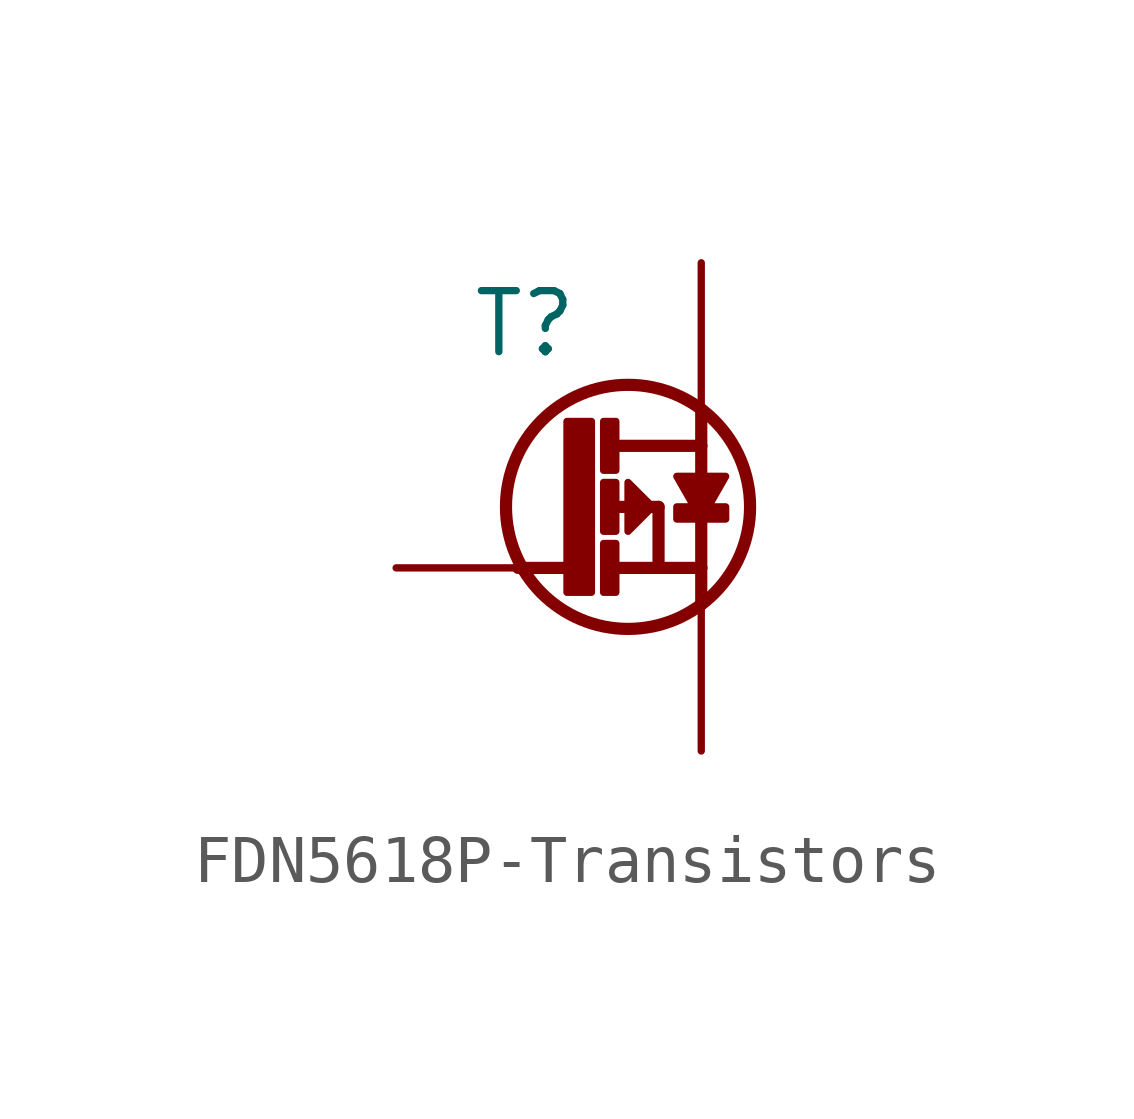
<source format=kicad_sym>
(kicad_symbol_lib
  (version 20200126)
  (host kicad_symbol_editor "(5.99.0-2809-gaceed2b0a4)")
  (symbol "LCD_Board-rescue:FDN5618P-Transistors"
    (pin_names
      (offset 1.27))
    (property "Reference" "T"
      (at 3.81 5.08 0)
      (effects (font (size 1.27 1.27)) (justify right)))
    (property "ki_locked" ""
      (at 0 0 0)
      (effects (font (size 1.27 1.27))))
    (symbol "FDN5618P-Transistors_0_1"
      (circle (center 4.826 1.27) (radius 2.54) (stroke (width 0.254)) (fill (type none)))
      (text "D" (at 5.08 5.334 0) (effects (font (size 0.635 0.635)) (justify left top) hide))
      (text "G" (at 0.762 0 0) (effects (font (size 0.635 0.635)) (justify left bottom) hide))
      (text "S" (at 5.08 -2.794 0) (effects (font (size 0.635 0.635)) (justify left bottom) hide))
      (rectangle (start 4.318 -0.508) (end 4.572 0.508) (stroke (width 0)) (fill (type outline)))
      (rectangle (start 4.318 0.762) (end 4.572 1.778) (stroke (width 0)) (fill (type outline)))
      (rectangle (start 4.318 2.032) (end 4.572 3.048) (stroke (width 0)) (fill (type outline)))
      (rectangle (start 5.842 1.016) (end 6.858 1.27) (stroke (width 0)) (fill (type outline)))
      (polyline (pts (xy 3.556 0) (xy 2.54 0)) (stroke (width 0.254)) (fill (type none)))
      (polyline (pts (xy 4.445 1.27) (xy 5.461 1.27)) (stroke (width 0.254)) (fill (type none)))
      (polyline (pts (xy 4.572 0) (xy 6.35 0)) (stroke (width 0.254)) (fill (type none)))
      (polyline (pts (xy 4.572 2.54) (xy 6.35 2.54)) (stroke (width 0.254)) (fill (type none)))
      (polyline (pts (xy 5.461 1.27) (xy 5.461 0)) (stroke (width 0.254)) (fill (type none)))
      (polyline (pts (xy 6.35 0) (xy 6.35 -0.762)) (stroke (width 0.254)) (fill (type none)))
      (polyline (pts (xy 6.35 2.54) (xy 6.35 0)) (stroke (width 0.254)) (fill (type none)))
      (polyline (pts (xy 6.35 3.302) (xy 6.35 2.54)) (stroke (width 0.254)) (fill (type none)))
      (polyline (pts (xy 5.334 1.27) (xy 4.826 0.762) (xy 4.826 1.778) (xy 5.334 1.27)) (stroke (width 0)) (fill (type outline)))
      (polyline (pts (xy 6.35 1.016) (xy 6.858 1.905) (xy 5.842 1.905) (xy 6.35 1.016)) (stroke (width 0)) (fill (type outline)))
      (polyline (pts (xy 3.556 -0.508) (xy 4.064 -0.508) (xy 4.064 3.048) (xy 3.556 3.048) (xy 3.556 -0.508)) (stroke (width 0)) (fill (type outline)))
      (pin passive line (at 0 0 0) (length 2.54) (name "G" (effects (font (size 0 0)))) (number "1" (effects (font (size 0 0)))))
      (pin passive line (at 6.35 -3.81 90) (length 3.048) (name "S" (effects (font (size 0 0)))) (number "2" (effects (font (size 0 0)))))
      (pin passive line (at 6.35 6.35 270) (length 3.048) (name "D" (effects (font (size 0 0)))) (number "3" (effects (font (size 0 0))))))))
</source>
